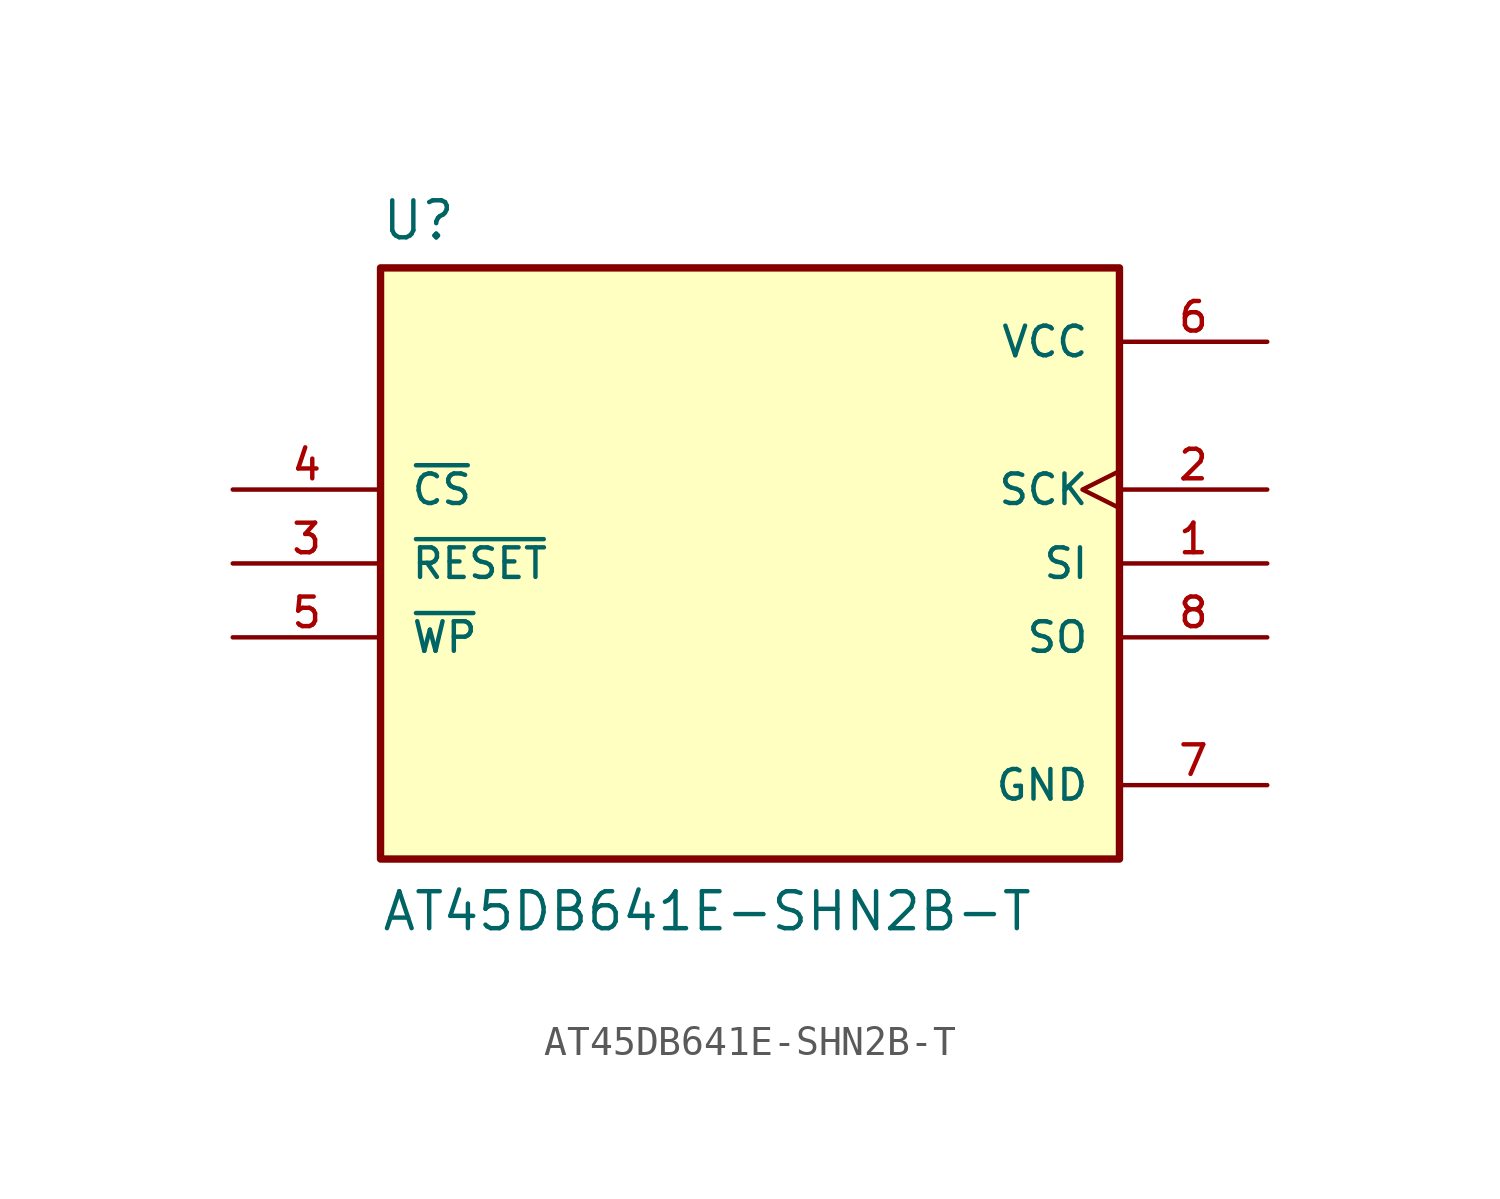
<source format=kicad_sym>
(kicad_symbol_lib
  (version 20241209)
  (generator "kicad_symbol_editor")
  (generator_version "9.0")
  (symbol "AT45DB641E-SHN2B-T"
    (pin_names
      (offset 1.016))
    (property "Reference" "U"
      (at -12.7 11.049 0)
      (effects (font (size 1.27 1.27)) (justify left bottom)))
    (property "Value" "AT45DB641E-SHN2B-T"
      (at -12.7 -12.7 0)
      (effects (font (size 1.27 1.27)) (justify left bottom)))
    (symbol "AT45DB641E-SHN2B-T_0_0"
      (rectangle (start -12.7 -10.16) (end 12.7 10.16) (stroke (width 0.254) (type default)) (fill (type background)))
      (pin input line (at -17.78 2.54 0) (length 5.08) (name "~{CS}" (effects (font (size 1.016 1.016)))) (number "4" (effects (font (size 1.016 1.016)))))
      (pin input line (at -17.78 0 0) (length 5.08) (name "~{RESET}" (effects (font (size 1.016 1.016)))) (number "3" (effects (font (size 1.016 1.016)))))
      (pin input line (at -17.78 -2.54 0) (length 5.08) (name "~{WP}" (effects (font (size 1.016 1.016)))) (number "5" (effects (font (size 1.016 1.016)))))
      (pin power_in line (at 17.78 7.62 180) (length 5.08) (name "VCC" (effects (font (size 1.016 1.016)))) (number "6" (effects (font (size 1.016 1.016)))))
      (pin input clock (at 17.78 2.54 180) (length 5.08) (name "SCK" (effects (font (size 1.016 1.016)))) (number "2" (effects (font (size 1.016 1.016)))))
      (pin input line (at 17.78 0 180) (length 5.08) (name "SI" (effects (font (size 1.016 1.016)))) (number "1" (effects (font (size 1.016 1.016)))))
      (pin output line (at 17.78 -2.54 180) (length 5.08) (name "SO" (effects (font (size 1.016 1.016)))) (number "8" (effects (font (size 1.016 1.016)))))
      (pin power_in line (at 17.78 -7.62 180) (length 5.08) (name "GND" (effects (font (size 1.016 1.016)))) (number "7" (effects (font (size 1.016 1.016))))))))
</source>
